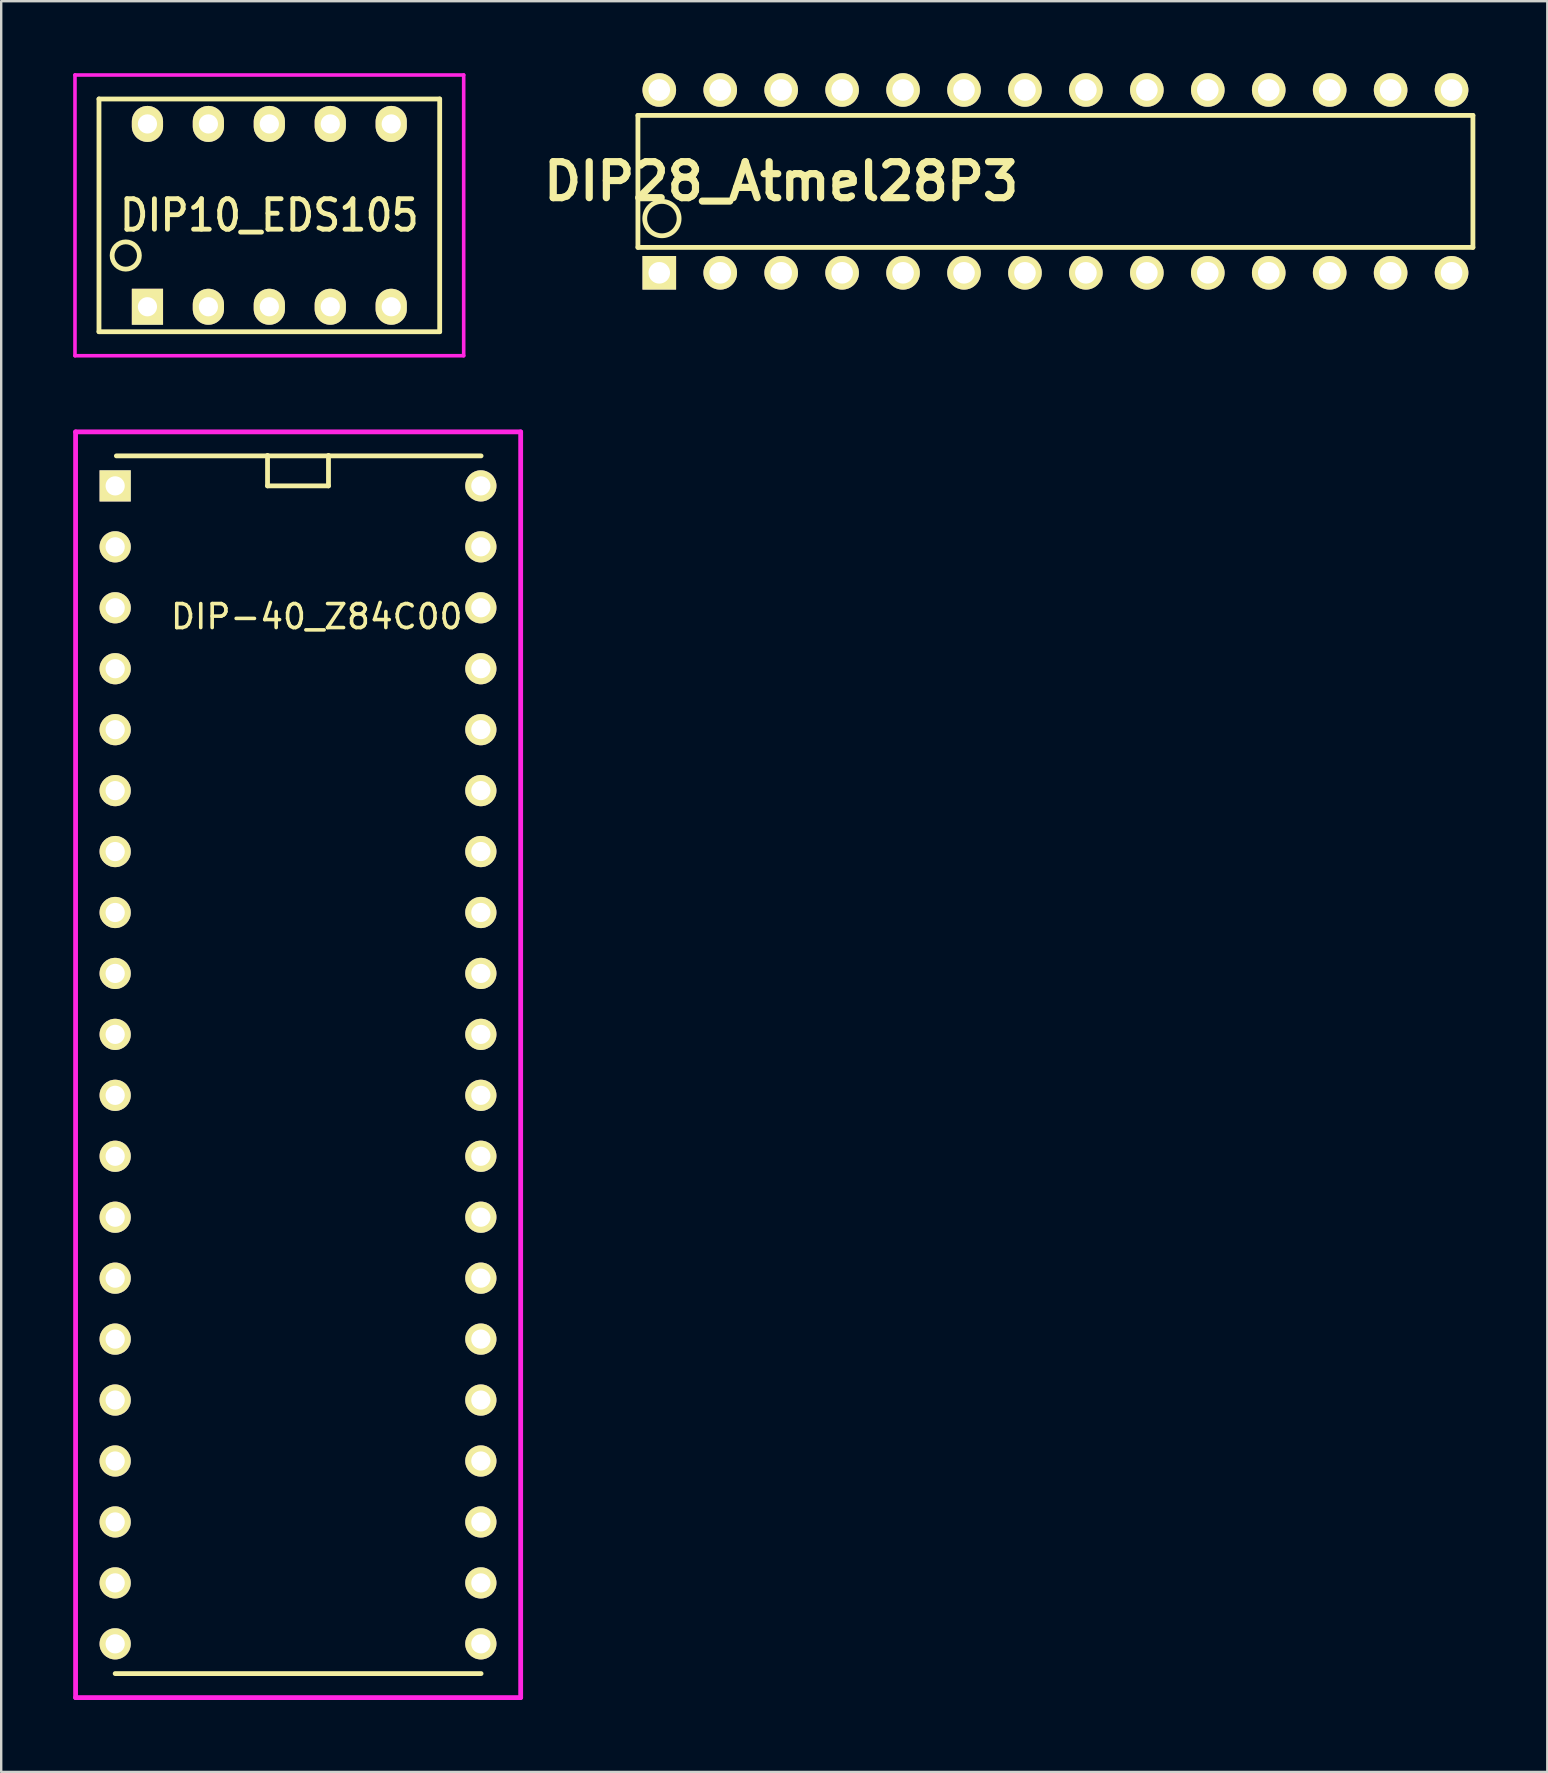
<source format=kicad_pcb>
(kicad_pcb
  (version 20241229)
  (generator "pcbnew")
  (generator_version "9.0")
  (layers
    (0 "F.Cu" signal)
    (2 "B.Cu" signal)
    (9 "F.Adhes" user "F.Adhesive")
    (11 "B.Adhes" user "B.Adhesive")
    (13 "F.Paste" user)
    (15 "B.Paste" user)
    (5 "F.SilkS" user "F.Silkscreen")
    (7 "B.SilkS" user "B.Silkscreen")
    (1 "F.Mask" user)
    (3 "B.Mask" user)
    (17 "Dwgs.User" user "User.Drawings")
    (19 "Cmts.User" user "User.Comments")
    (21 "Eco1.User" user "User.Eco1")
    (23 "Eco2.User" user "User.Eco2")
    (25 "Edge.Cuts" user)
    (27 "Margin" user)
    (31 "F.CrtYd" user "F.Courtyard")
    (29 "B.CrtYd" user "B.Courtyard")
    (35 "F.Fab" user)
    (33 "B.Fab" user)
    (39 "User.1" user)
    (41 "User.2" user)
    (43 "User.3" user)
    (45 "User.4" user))
  (footprint "DIP28_Atmel28P3"
    (layer "F.Cu")
    (at 40.937 4.51)
    (property "Reference" "DIP28_Atmel28P3" (at -11.43 0 0) (layer "F.SilkS") (effects (font (size 1.5 1.5) (thickness 0.3))))
    (attr through_hole)
    (fp_line (start -17.4 -2.75) (end 17.4 -2.75) (stroke (width 0.2) (type solid)) (layer "F.SilkS"))
    (fp_line (start -17.4 2.75) (end -17.4 -2.75) (stroke (width 0.2) (type solid)) (layer "F.SilkS"))
    (fp_line (start 17.4 -2.75) (end 17.4 2.75) (stroke (width 0.2) (type solid)) (layer "F.SilkS"))
    (fp_line (start 17.4 2.75) (end -17.4 2.75) (stroke (width 0.2) (type solid)) (layer "F.SilkS"))
    (fp_circle (center -16.4 1.55) (end -15.7 1.4) (stroke (width 0.2) (type solid)) (fill no) (layer "F.SilkS"))
    (pad "1" thru_hole rect (at -16.51 3.81) (size 1.4 1.4) (drill 0.9) (layers "*.Cu" "*.Mask" "F.SilkS"))
    (pad "2" thru_hole circle (at -13.97 3.81) (size 1.4 1.4) (drill 0.9) (layers "*.Cu" "*.Mask" "F.SilkS"))
    (pad "3" thru_hole circle (at -11.43 3.81) (size 1.4 1.4) (drill 0.9) (layers "*.Cu" "*.Mask" "F.SilkS"))
    (pad "4" thru_hole circle (at -8.89 3.81) (size 1.4 1.4) (drill 0.9) (layers "*.Cu" "*.Mask" "F.SilkS"))
    (pad "5" thru_hole circle (at -6.35 3.81) (size 1.4 1.4) (drill 0.9) (layers "*.Cu" "*.Mask" "F.SilkS"))
    (pad "6" thru_hole circle (at -3.81 3.81) (size 1.4 1.4) (drill 0.9) (layers "*.Cu" "*.Mask" "F.SilkS"))
    (pad "7" thru_hole circle (at -1.27 3.81) (size 1.4 1.4) (drill 0.9) (layers "*.Cu" "*.Mask" "F.SilkS"))
    (pad "8" thru_hole circle (at 1.27 3.81) (size 1.4 1.4) (drill 0.9) (layers "*.Cu" "*.Mask" "F.SilkS"))
    (pad "9" thru_hole circle (at 3.81 3.81) (size 1.4 1.4) (drill 0.9) (layers "*.Cu" "*.Mask" "F.SilkS"))
    (pad "10" thru_hole circle (at 6.35 3.81) (size 1.4 1.4) (drill 0.9) (layers "*.Cu" "*.Mask" "F.SilkS"))
    (pad "11" thru_hole circle (at 8.89 3.81) (size 1.4 1.4) (drill 0.9) (layers "*.Cu" "*.Mask" "F.SilkS"))
    (pad "12" thru_hole circle (at 11.43 3.81) (size 1.4 1.4) (drill 0.9) (layers "*.Cu" "*.Mask" "F.SilkS"))
    (pad "13" thru_hole circle (at 13.97 3.81) (size 1.4 1.4) (drill 0.9) (layers "*.Cu" "*.Mask" "F.SilkS"))
    (pad "14" thru_hole circle (at 16.51 3.81) (size 1.4 1.4) (drill 0.9) (layers "*.Cu" "*.Mask" "F.SilkS"))
    (pad "15" thru_hole circle (at 16.51 -3.81) (size 1.4 1.4) (drill 0.9) (layers "*.Cu" "*.Mask" "F.SilkS"))
    (pad "16" thru_hole circle (at 13.97 -3.81) (size 1.4 1.4) (drill 0.9) (layers "*.Cu" "*.Mask" "F.SilkS"))
    (pad "17" thru_hole circle (at 11.43 -3.81) (size 1.4 1.4) (drill 0.9) (layers "*.Cu" "*.Mask" "F.SilkS"))
    (pad "18" thru_hole circle (at 8.89 -3.81) (size 1.4 1.4) (drill 0.9) (layers "*.Cu" "*.Mask" "F.SilkS"))
    (pad "19" thru_hole circle (at 6.35 -3.81) (size 1.4 1.4) (drill 0.9) (layers "*.Cu" "*.Mask" "F.SilkS"))
    (pad "20" thru_hole circle (at 3.81 -3.81) (size 1.4 1.4) (drill 0.9) (layers "*.Cu" "*.Mask" "F.SilkS"))
    (pad "21" thru_hole circle (at 1.27 -3.81) (size 1.4 1.4) (drill 0.9) (layers "*.Cu" "*.Mask" "F.SilkS"))
    (pad "22" thru_hole circle (at -1.27 -3.81) (size 1.4 1.4) (drill 0.9) (layers "*.Cu" "*.Mask" "F.SilkS"))
    (pad "23" thru_hole circle (at -3.81 -3.81) (size 1.4 1.4) (drill 0.9) (layers "*.Cu" "*.Mask" "F.SilkS"))
    (pad "24" thru_hole circle (at -6.35 -3.81) (size 1.4 1.4) (drill 0.9) (layers "*.Cu" "*.Mask" "F.SilkS"))
    (pad "25" thru_hole circle (at -8.89 -3.81) (size 1.4 1.4) (drill 0.9) (layers "*.Cu" "*.Mask" "F.SilkS"))
    (pad "26" thru_hole circle (at -11.43 -3.81) (size 1.4 1.4) (drill 0.9) (layers "*.Cu" "*.Mask" "F.SilkS"))
    (pad "27" thru_hole circle (at -13.97 -3.81) (size 1.4 1.4) (drill 0.9) (layers "*.Cu" "*.Mask" "F.SilkS"))
    (pad "28" thru_hole circle (at -16.51 -3.81) (size 1.4 1.4) (drill 0.9) (layers "*.Cu" "*.Mask" "F.SilkS")))
  (footprint "DIP-40_Z84C00"
    (layer "F.Cu")
    (at 1.75 17.2)
    (property "Reference" "DIP-40_Z84C00" (at 8.4 5.45 0) (layer "F.SilkS") (effects (font (size 1 1) (thickness 0.15))))
    (attr through_hole)
    (fp_line (start 0 49.5) (end 15.25 49.5) (stroke (width 0.2) (type solid)) (layer "F.SilkS"))
    (fp_line (start 0.05 -1.25) (end 15.25 -1.25) (stroke (width 0.2) (type solid)) (layer "F.SilkS"))
    (fp_line (start 6.35 0) (end 6.35 -1.27) (stroke (width 0.2) (type solid)) (layer "F.SilkS"))
    (fp_line (start 6.35 0) (end 8.89 0) (stroke (width 0.2) (type solid)) (layer "F.SilkS"))
    (fp_line (start 8.89 0) (end 8.89 -1.27) (stroke (width 0.2) (type solid)) (layer "F.SilkS"))
    (fp_line (start -1.65 -2.25) (end 16.9 -2.25) (stroke (width 0.2) (type solid)) (layer "F.CrtYd"))
    (fp_line (start -1.65 50.5) (end -1.65 -2.25) (stroke (width 0.2) (type solid)) (layer "F.CrtYd"))
    (fp_line (start 16.9 -2.25) (end 16.9 50.5) (stroke (width 0.2) (type solid)) (layer "F.CrtYd"))
    (fp_line (start 16.9 50.5) (end -1.65 50.5) (stroke (width 0.2) (type solid)) (layer "F.CrtYd"))
    (pad "1" thru_hole rect (at 0 0) (size 1.3 1.3) (drill 0.8) (layers "*.Cu" "*.Mask" "F.SilkS"))
    (pad "2" thru_hole circle (at 0 2.54) (size 1.3 1.3) (drill 0.8) (layers "*.Cu" "*.Mask" "F.SilkS"))
    (pad "3" thru_hole circle (at 0 5.08) (size 1.3 1.3) (drill 0.8) (layers "*.Cu" "*.Mask" "F.SilkS"))
    (pad "4" thru_hole circle (at 0 7.62) (size 1.3 1.3) (drill 0.8) (layers "*.Cu" "*.Mask" "F.SilkS"))
    (pad "5" thru_hole circle (at 0 10.16) (size 1.3 1.3) (drill 0.8) (layers "*.Cu" "*.Mask" "F.SilkS"))
    (pad "6" thru_hole circle (at 0 12.7) (size 1.3 1.3) (drill 0.8) (layers "*.Cu" "*.Mask" "F.SilkS"))
    (pad "7" thru_hole circle (at 0 15.24) (size 1.3 1.3) (drill 0.8) (layers "*.Cu" "*.Mask" "F.SilkS"))
    (pad "8" thru_hole circle (at 0 17.78) (size 1.3 1.3) (drill 0.8) (layers "*.Cu" "*.Mask" "F.SilkS"))
    (pad "9" thru_hole circle (at 0 20.32) (size 1.3 1.3) (drill 0.8) (layers "*.Cu" "*.Mask" "F.SilkS"))
    (pad "10" thru_hole circle (at 0 22.86) (size 1.3 1.3) (drill 0.8) (layers "*.Cu" "*.Mask" "F.SilkS"))
    (pad "11" thru_hole circle (at 0 25.4) (size 1.3 1.3) (drill 0.8) (layers "*.Cu" "*.Mask" "F.SilkS"))
    (pad "12" thru_hole circle (at 0 27.94) (size 1.3 1.3) (drill 0.8) (layers "*.Cu" "*.Mask" "F.SilkS"))
    (pad "13" thru_hole circle (at 0 30.48) (size 1.3 1.3) (drill 0.8) (layers "*.Cu" "*.Mask" "F.SilkS"))
    (pad "14" thru_hole circle (at 0 33.02) (size 1.3 1.3) (drill 0.8) (layers "*.Cu" "*.Mask" "F.SilkS"))
    (pad "15" thru_hole circle (at 0 35.56) (size 1.3 1.3) (drill 0.8) (layers "*.Cu" "*.Mask" "F.SilkS"))
    (pad "16" thru_hole circle (at 0 38.1) (size 1.3 1.3) (drill 0.8) (layers "*.Cu" "*.Mask" "F.SilkS"))
    (pad "17" thru_hole circle (at 0 40.64) (size 1.3 1.3) (drill 0.8) (layers "*.Cu" "*.Mask" "F.SilkS"))
    (pad "18" thru_hole circle (at 0 43.18) (size 1.3 1.3) (drill 0.8) (layers "*.Cu" "*.Mask" "F.SilkS"))
    (pad "19" thru_hole circle (at 0 45.72) (size 1.3 1.3) (drill 0.8) (layers "*.Cu" "*.Mask" "F.SilkS"))
    (pad "20" thru_hole circle (at 0 48.26) (size 1.3 1.3) (drill 0.8) (layers "*.Cu" "*.Mask" "F.SilkS"))
    (pad "21" thru_hole circle (at 15.24 48.26) (size 1.3 1.3) (drill 0.8) (layers "*.Cu" "*.Mask" "F.SilkS"))
    (pad "22" thru_hole circle (at 15.24 45.72) (size 1.3 1.3) (drill 0.8) (layers "*.Cu" "*.Mask" "F.SilkS"))
    (pad "23" thru_hole circle (at 15.24 43.18) (size 1.3 1.3) (drill 0.8) (layers "*.Cu" "*.Mask" "F.SilkS"))
    (pad "24" thru_hole circle (at 15.24 40.64) (size 1.3 1.3) (drill 0.8) (layers "*.Cu" "*.Mask" "F.SilkS"))
    (pad "25" thru_hole circle (at 15.24 38.1) (size 1.3 1.3) (drill 0.8) (layers "*.Cu" "*.Mask" "F.SilkS"))
    (pad "26" thru_hole circle (at 15.24 35.56) (size 1.3 1.3) (drill 0.8) (layers "*.Cu" "*.Mask" "F.SilkS"))
    (pad "27" thru_hole circle (at 15.24 33.02) (size 1.3 1.3) (drill 0.8) (layers "*.Cu" "*.Mask" "F.SilkS"))
    (pad "28" thru_hole circle (at 15.24 30.48) (size 1.3 1.3) (drill 0.8) (layers "*.Cu" "*.Mask" "F.SilkS"))
    (pad "29" thru_hole circle (at 15.24 27.94) (size 1.3 1.3) (drill 0.8) (layers "*.Cu" "*.Mask" "F.SilkS"))
    (pad "30" thru_hole circle (at 15.24 25.4) (size 1.3 1.3) (drill 0.8) (layers "*.Cu" "*.Mask" "F.SilkS"))
    (pad "31" thru_hole circle (at 15.24 22.86) (size 1.3 1.3) (drill 0.8) (layers "*.Cu" "*.Mask" "F.SilkS"))
    (pad "32" thru_hole circle (at 15.24 20.32) (size 1.3 1.3) (drill 0.8) (layers "*.Cu" "*.Mask" "F.SilkS"))
    (pad "33" thru_hole circle (at 15.24 17.78) (size 1.3 1.3) (drill 0.8) (layers "*.Cu" "*.Mask" "F.SilkS"))
    (pad "34" thru_hole circle (at 15.24 15.24) (size 1.3 1.3) (drill 0.8) (layers "*.Cu" "*.Mask" "F.SilkS"))
    (pad "35" thru_hole circle (at 15.24 12.7) (size 1.3 1.3) (drill 0.8) (layers "*.Cu" "*.Mask" "F.SilkS"))
    (pad "36" thru_hole circle (at 15.24 10.16) (size 1.3 1.3) (drill 0.8) (layers "*.Cu" "*.Mask" "F.SilkS"))
    (pad "37" thru_hole circle (at 15.24 7.62) (size 1.3 1.3) (drill 0.8) (layers "*.Cu" "*.Mask" "F.SilkS"))
    (pad "38" thru_hole circle (at 15.24 5.08) (size 1.3 1.3) (drill 0.8) (layers "*.Cu" "*.Mask" "F.SilkS"))
    (pad "39" thru_hole circle (at 15.24 2.54) (size 1.3 1.3) (drill 0.8) (layers "*.Cu" "*.Mask" "F.SilkS"))
    (pad "40" thru_hole circle (at 15.24 0) (size 1.3 1.3) (drill 0.8) (layers "*.Cu" "*.Mask" "F.SilkS")))
  (footprint "DIP10_EDS105"
    (layer "F.Cu")
    (at 8.175 5.925)
    (property "Reference" "DIP10_EDS105" (at 0 0 0) (layer "F.SilkS") (effects (font (size 1.27 1.143) (thickness 0.203))))
    (attr through_hole)
    (fp_line (start -7.1 -4.85) (end 7.1 -4.85) (stroke (width 0.2) (type solid)) (layer "F.SilkS"))
    (fp_line (start -7.1 4.85) (end -7.1 -4.85) (stroke (width 0.2) (type solid)) (layer "F.SilkS"))
    (fp_line (start 7.1 -4.85) (end 7.1 4.85) (stroke (width 0.2) (type solid)) (layer "F.SilkS"))
    (fp_line (start 7.1 4.85) (end -7.1 4.85) (stroke (width 0.2) (type solid)) (layer "F.SilkS"))
    (fp_circle (center -5.984 1.674) (end -6.492 1.928) (stroke (width 0.2) (type solid)) (fill no) (layer "F.SilkS"))
    (fp_line (start -8.1 -5.85) (end 8.1 -5.85) (stroke (width 0.15) (type solid)) (layer "F.CrtYd"))
    (fp_line (start -8.1 5.85) (end -8.1 -5.85) (stroke (width 0.15) (type solid)) (layer "F.CrtYd"))
    (fp_line (start 8.1 -5.85) (end 8.1 5.85) (stroke (width 0.15) (type solid)) (layer "F.CrtYd"))
    (fp_line (start 8.1 5.85) (end -8.1 5.85) (stroke (width 0.15) (type solid)) (layer "F.CrtYd"))
    (pad "1" thru_hole rect (at -5.08 3.81) (size 1.3 1.5) (drill 0.8) (layers "*.Cu" "*.Mask" "F.SilkS"))
    (pad "2" thru_hole oval (at -2.54 3.81) (size 1.3 1.5) (drill 0.8) (layers "*.Cu" "*.Mask" "F.SilkS"))
    (pad "3" thru_hole oval (at 0 3.81) (size 1.3 1.5) (drill 0.8) (layers "*.Cu" "*.Mask" "F.SilkS"))
    (pad "4" thru_hole oval (at 2.54 3.81) (size 1.3 1.5) (drill 0.8) (layers "*.Cu" "*.Mask" "F.SilkS"))
    (pad "5" thru_hole oval (at 5.08 3.81) (size 1.3 1.5) (drill 0.8) (layers "*.Cu" "*.Mask" "F.SilkS"))
    (pad "6" thru_hole oval (at 5.08 -3.81) (size 1.3 1.5) (drill 0.8) (layers "*.Cu" "*.Mask" "F.SilkS"))
    (pad "7" thru_hole oval (at 2.54 -3.81) (size 1.3 1.5) (drill 0.8) (layers "*.Cu" "*.Mask" "F.SilkS"))
    (pad "8" thru_hole oval (at 0 -3.81) (size 1.3 1.5) (drill 0.8) (layers "*.Cu" "*.Mask" "F.SilkS"))
    (pad "9" thru_hole oval (at -2.54 -3.81) (size 1.3 1.5) (drill 0.8) (layers "*.Cu" "*.Mask" "F.SilkS"))
    (pad "10" thru_hole oval (at -5.08 -3.81) (size 1.3 1.5) (drill 0.8) (layers "*.Cu" "*.Mask" "F.SilkS")))
  (gr_rect
    (start -3 -3)
    (end 61.437 70.8)
    (stroke (width 0.1) (type default))
    (fill no)
    (layer "Edge.Cuts")))
</source>
